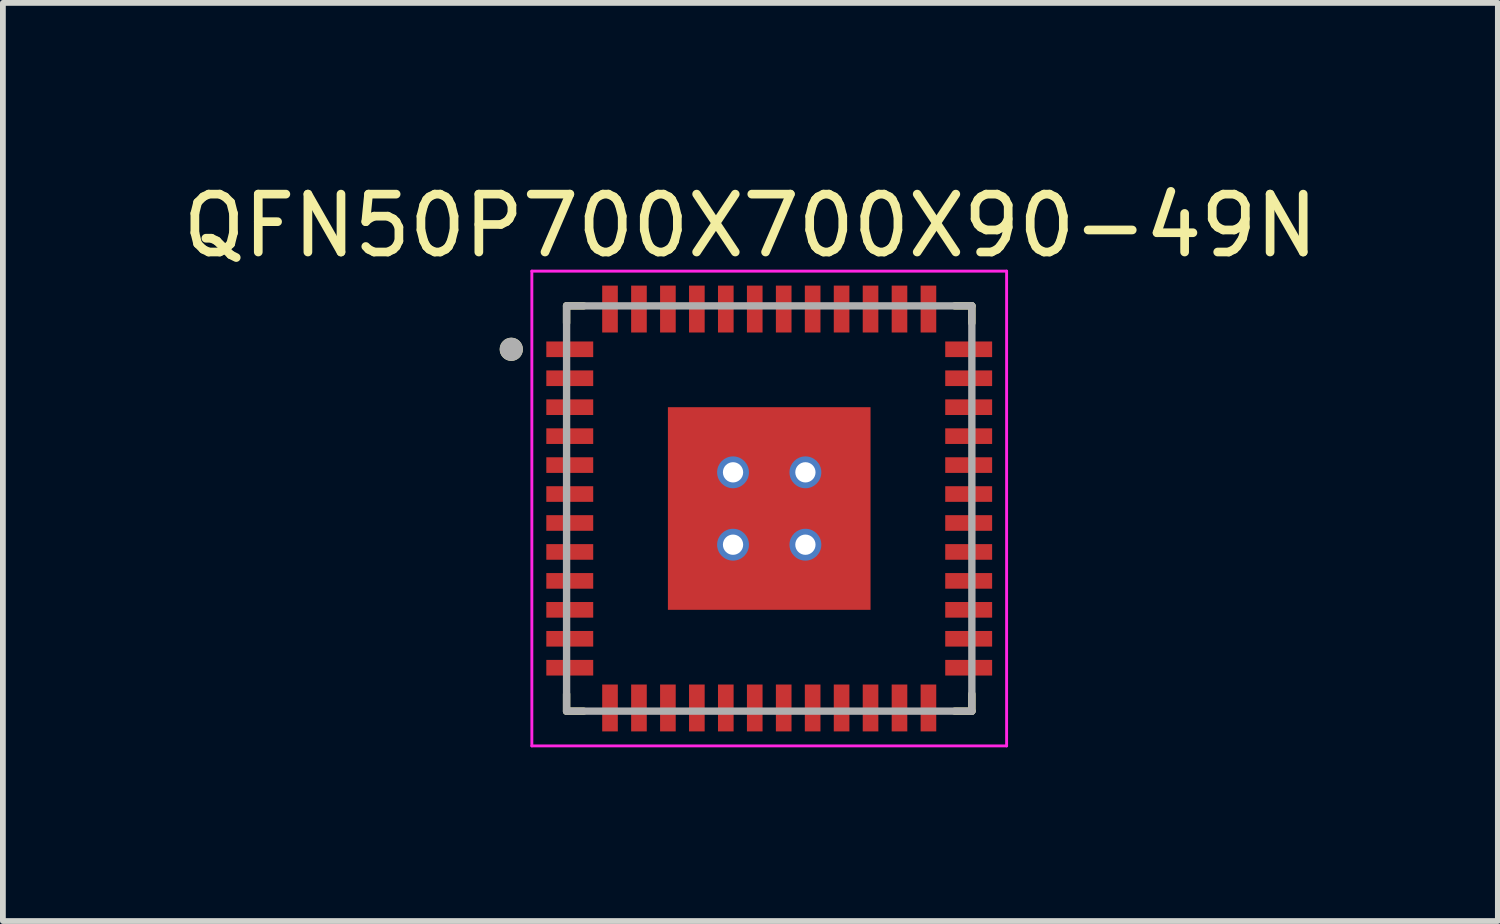
<source format=kicad_pcb>
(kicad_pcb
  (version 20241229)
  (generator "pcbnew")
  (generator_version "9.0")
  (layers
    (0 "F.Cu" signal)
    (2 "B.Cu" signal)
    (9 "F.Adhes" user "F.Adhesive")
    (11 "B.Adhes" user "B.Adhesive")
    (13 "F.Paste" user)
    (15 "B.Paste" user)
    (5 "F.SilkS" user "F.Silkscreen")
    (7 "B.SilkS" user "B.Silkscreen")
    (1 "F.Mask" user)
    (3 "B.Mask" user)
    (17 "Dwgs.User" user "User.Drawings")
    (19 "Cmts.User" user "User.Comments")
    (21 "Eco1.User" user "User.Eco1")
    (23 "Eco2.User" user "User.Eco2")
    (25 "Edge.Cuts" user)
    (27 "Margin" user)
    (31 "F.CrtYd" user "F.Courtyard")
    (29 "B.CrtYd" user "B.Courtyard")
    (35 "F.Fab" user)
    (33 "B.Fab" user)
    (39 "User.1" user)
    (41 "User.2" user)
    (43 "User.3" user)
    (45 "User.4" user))
  (footprint "QFN50P700X700X90-49N"
    (layer "F.Cu")
    (at 10.236 5.733)
    (property "Reference" "QFN50P700X700X90-49N" (at -0.325 -4.885 0) (layer "F.SilkS") (effects (font (size 1 1) (thickness 0.15))))
    (attr through_hole)
    (fp_line (start -3.5 -3.5) (end -3.5 -3.205) (stroke (width 0.127) (type solid)) (layer "F.SilkS"))
    (fp_line (start -3.5 -3.5) (end -3.205 -3.5) (stroke (width 0.127) (type solid)) (layer "F.SilkS"))
    (fp_line (start -3.5 3.5) (end -3.5 3.205) (stroke (width 0.127) (type solid)) (layer "F.SilkS"))
    (fp_line (start -3.5 3.5) (end -3.205 3.5) (stroke (width 0.127) (type solid)) (layer "F.SilkS"))
    (fp_line (start 3.5 -3.5) (end 3.205 -3.5) (stroke (width 0.127) (type solid)) (layer "F.SilkS"))
    (fp_line (start 3.5 -3.5) (end 3.5 -3.205) (stroke (width 0.127) (type solid)) (layer "F.SilkS"))
    (fp_line (start 3.5 3.5) (end 3.205 3.5) (stroke (width 0.127) (type solid)) (layer "F.SilkS"))
    (fp_line (start 3.5 3.5) (end 3.5 3.205) (stroke (width 0.127) (type solid)) (layer "F.SilkS"))
    (fp_circle (center -4.455 -2.75) (end -4.355 -2.75) (stroke (width 0.2) (type solid)) (fill no) (layer "F.SilkS"))
    (fp_poly (pts (xy -1.125 -1.125) (xy -0.125 -1.125) (xy -0.125 -0.125) (xy -1.125 -0.125)) (stroke (width 0.01) (type solid)) (fill yes) (layer "F.Paste"))
    (fp_poly (pts (xy -1.125 0.125) (xy -0.125 0.125) (xy -0.125 1.125) (xy -1.125 1.125)) (stroke (width 0.01) (type solid)) (fill yes) (layer "F.Paste"))
    (fp_poly (pts (xy 0.125 -1.125) (xy 1.125 -1.125) (xy 1.125 -0.125) (xy 0.125 -0.125)) (stroke (width 0.01) (type solid)) (fill yes) (layer "F.Paste"))
    (fp_poly (pts (xy 0.125 0.125) (xy 1.125 0.125) (xy 1.125 1.125) (xy 0.125 1.125)) (stroke (width 0.01) (type solid)) (fill yes) (layer "F.Paste"))
    (fp_line (start -4.1 -4.1) (end 4.1 -4.1) (stroke (width 0.05) (type solid)) (layer "F.CrtYd"))
    (fp_line (start -4.1 4.1) (end -4.1 -4.1) (stroke (width 0.05) (type solid)) (layer "F.CrtYd"))
    (fp_line (start -4.1 4.1) (end 4.1 4.1) (stroke (width 0.05) (type solid)) (layer "F.CrtYd"))
    (fp_line (start 4.1 4.1) (end 4.1 -4.1) (stroke (width 0.05) (type solid)) (layer "F.CrtYd"))
    (fp_line (start -3.5 3.5) (end -3.5 -3.5) (stroke (width 0.127) (type solid)) (layer "F.Fab"))
    (fp_line (start 3.5 -3.5) (end -3.5 -3.5) (stroke (width 0.127) (type solid)) (layer "F.Fab"))
    (fp_line (start 3.5 3.5) (end -3.5 3.5) (stroke (width 0.127) (type solid)) (layer "F.Fab"))
    (fp_line (start 3.5 3.5) (end 3.5 -3.5) (stroke (width 0.127) (type solid)) (layer "F.Fab"))
    (fp_circle (center -4.455 -2.75) (end -4.355 -2.75) (stroke (width 0.2) (type solid)) (fill no) (layer "F.Fab"))
    (pad "1" smd rect (at -3.445 -2.75) (size 0.81 0.27) (layers "F.Cu" "F.Mask" "F.Paste"))
    (pad "2" smd rect (at -3.445 -2.25) (size 0.81 0.27) (layers "F.Cu" "F.Mask" "F.Paste"))
    (pad "3" smd rect (at -3.445 -1.75) (size 0.81 0.27) (layers "F.Cu" "F.Mask" "F.Paste"))
    (pad "4" smd rect (at -3.445 -1.25) (size 0.81 0.27) (layers "F.Cu" "F.Mask" "F.Paste"))
    (pad "5" smd rect (at -3.445 -0.75) (size 0.81 0.27) (layers "F.Cu" "F.Mask" "F.Paste"))
    (pad "6" smd rect (at -3.445 -0.25) (size 0.81 0.27) (layers "F.Cu" "F.Mask" "F.Paste"))
    (pad "7" smd rect (at -3.445 0.25) (size 0.81 0.27) (layers "F.Cu" "F.Mask" "F.Paste"))
    (pad "8" smd rect (at -3.445 0.75) (size 0.81 0.27) (layers "F.Cu" "F.Mask" "F.Paste"))
    (pad "9" smd rect (at -3.445 1.25) (size 0.81 0.27) (layers "F.Cu" "F.Mask" "F.Paste"))
    (pad "10" smd rect (at -3.445 1.75) (size 0.81 0.27) (layers "F.Cu" "F.Mask" "F.Paste"))
    (pad "11" smd rect (at -3.445 2.25) (size 0.81 0.27) (layers "F.Cu" "F.Mask" "F.Paste"))
    (pad "12" smd rect (at -3.445 2.75) (size 0.81 0.27) (layers "F.Cu" "F.Mask" "F.Paste"))
    (pad "13" smd rect (at -2.75 3.445) (size 0.27 0.81) (layers "F.Cu" "F.Mask" "F.Paste"))
    (pad "14" smd rect (at -2.25 3.445) (size 0.27 0.81) (layers "F.Cu" "F.Mask" "F.Paste"))
    (pad "15" smd rect (at -1.75 3.445) (size 0.27 0.81) (layers "F.Cu" "F.Mask" "F.Paste"))
    (pad "16" smd rect (at -1.25 3.445) (size 0.27 0.81) (layers "F.Cu" "F.Mask" "F.Paste"))
    (pad "17" smd rect (at -0.75 3.445) (size 0.27 0.81) (layers "F.Cu" "F.Mask" "F.Paste"))
    (pad "18" smd rect (at -0.25 3.445) (size 0.27 0.81) (layers "F.Cu" "F.Mask" "F.Paste"))
    (pad "19" smd rect (at 0.25 3.445) (size 0.27 0.81) (layers "F.Cu" "F.Mask" "F.Paste"))
    (pad "20" smd rect (at 0.75 3.445) (size 0.27 0.81) (layers "F.Cu" "F.Mask" "F.Paste"))
    (pad "21" smd rect (at 1.25 3.445) (size 0.27 0.81) (layers "F.Cu" "F.Mask" "F.Paste"))
    (pad "22" smd rect (at 1.75 3.445) (size 0.27 0.81) (layers "F.Cu" "F.Mask" "F.Paste"))
    (pad "23" smd rect (at 2.25 3.445) (size 0.27 0.81) (layers "F.Cu" "F.Mask" "F.Paste"))
    (pad "24" smd rect (at 2.75 3.445) (size 0.27 0.81) (layers "F.Cu" "F.Mask" "F.Paste"))
    (pad "25" smd rect (at 3.445 2.75) (size 0.81 0.27) (layers "F.Cu" "F.Mask" "F.Paste"))
    (pad "26" smd rect (at 3.445 2.25) (size 0.81 0.27) (layers "F.Cu" "F.Mask" "F.Paste"))
    (pad "27" smd rect (at 3.445 1.75) (size 0.81 0.27) (layers "F.Cu" "F.Mask" "F.Paste"))
    (pad "28" smd rect (at 3.445 1.25) (size 0.81 0.27) (layers "F.Cu" "F.Mask" "F.Paste"))
    (pad "29" smd rect (at 3.445 0.75) (size 0.81 0.27) (layers "F.Cu" "F.Mask" "F.Paste"))
    (pad "30" smd rect (at 3.445 0.25) (size 0.81 0.27) (layers "F.Cu" "F.Mask" "F.Paste"))
    (pad "31" smd rect (at 3.445 -0.25) (size 0.81 0.27) (layers "F.Cu" "F.Mask" "F.Paste"))
    (pad "32" smd rect (at 3.445 -0.75) (size 0.81 0.27) (layers "F.Cu" "F.Mask" "F.Paste"))
    (pad "33" smd rect (at 3.445 -1.25) (size 0.81 0.27) (layers "F.Cu" "F.Mask" "F.Paste"))
    (pad "34" smd rect (at 3.445 -1.75) (size 0.81 0.27) (layers "F.Cu" "F.Mask" "F.Paste"))
    (pad "35" smd rect (at 3.445 -2.25) (size 0.81 0.27) (layers "F.Cu" "F.Mask" "F.Paste"))
    (pad "36" smd rect (at 3.445 -2.75) (size 0.81 0.27) (layers "F.Cu" "F.Mask" "F.Paste"))
    (pad "37" smd rect (at 2.75 -3.445) (size 0.27 0.81) (layers "F.Cu" "F.Mask" "F.Paste"))
    (pad "38" smd rect (at 2.25 -3.445) (size 0.27 0.81) (layers "F.Cu" "F.Mask" "F.Paste"))
    (pad "39" smd rect (at 1.75 -3.445) (size 0.27 0.81) (layers "F.Cu" "F.Mask" "F.Paste"))
    (pad "40" smd rect (at 1.25 -3.445) (size 0.27 0.81) (layers "F.Cu" "F.Mask" "F.Paste"))
    (pad "41" smd rect (at 0.75 -3.445) (size 0.27 0.81) (layers "F.Cu" "F.Mask" "F.Paste"))
    (pad "42" smd rect (at 0.25 -3.445) (size 0.27 0.81) (layers "F.Cu" "F.Mask" "F.Paste"))
    (pad "43" smd rect (at -0.25 -3.445) (size 0.27 0.81) (layers "F.Cu" "F.Mask" "F.Paste"))
    (pad "44" smd rect (at -0.75 -3.445) (size 0.27 0.81) (layers "F.Cu" "F.Mask" "F.Paste"))
    (pad "45" smd rect (at -1.25 -3.445) (size 0.27 0.81) (layers "F.Cu" "F.Mask" "F.Paste"))
    (pad "46" smd rect (at -1.75 -3.445) (size 0.27 0.81) (layers "F.Cu" "F.Mask" "F.Paste"))
    (pad "47" smd rect (at -2.25 -3.445) (size 0.27 0.81) (layers "F.Cu" "F.Mask" "F.Paste"))
    (pad "48" smd rect (at -2.75 -3.445) (size 0.27 0.81) (layers "F.Cu" "F.Mask" "F.Paste"))
    (pad "49" smd rect (at 0 0) (size 3.5 3.5) (layers "F.Cu" "F.Mask"))
    (pad "50" thru_hole circle (at -0.625 -0.625) (size 0.55 0.55) (drill 0.35) (layers "*.Cu" "*.Mask"))
    (pad "51" thru_hole circle (at 0.625 -0.625) (size 0.55 0.55) (drill 0.35) (layers "*.Cu" "*.Mask"))
    (pad "52" thru_hole circle (at -0.625 0.625) (size 0.55 0.55) (drill 0.35) (layers "*.Cu" "*.Mask"))
    (pad "53" thru_hole circle (at 0.625 0.625) (size 0.55 0.55) (drill 0.35) (layers "*.Cu" "*.Mask")))
  (gr_rect
    (start -3 -3)
    (end 22.821 12.858)
    (stroke (width 0.1) (type default))
    (fill no)
    (layer "Edge.Cuts")))
</source>
